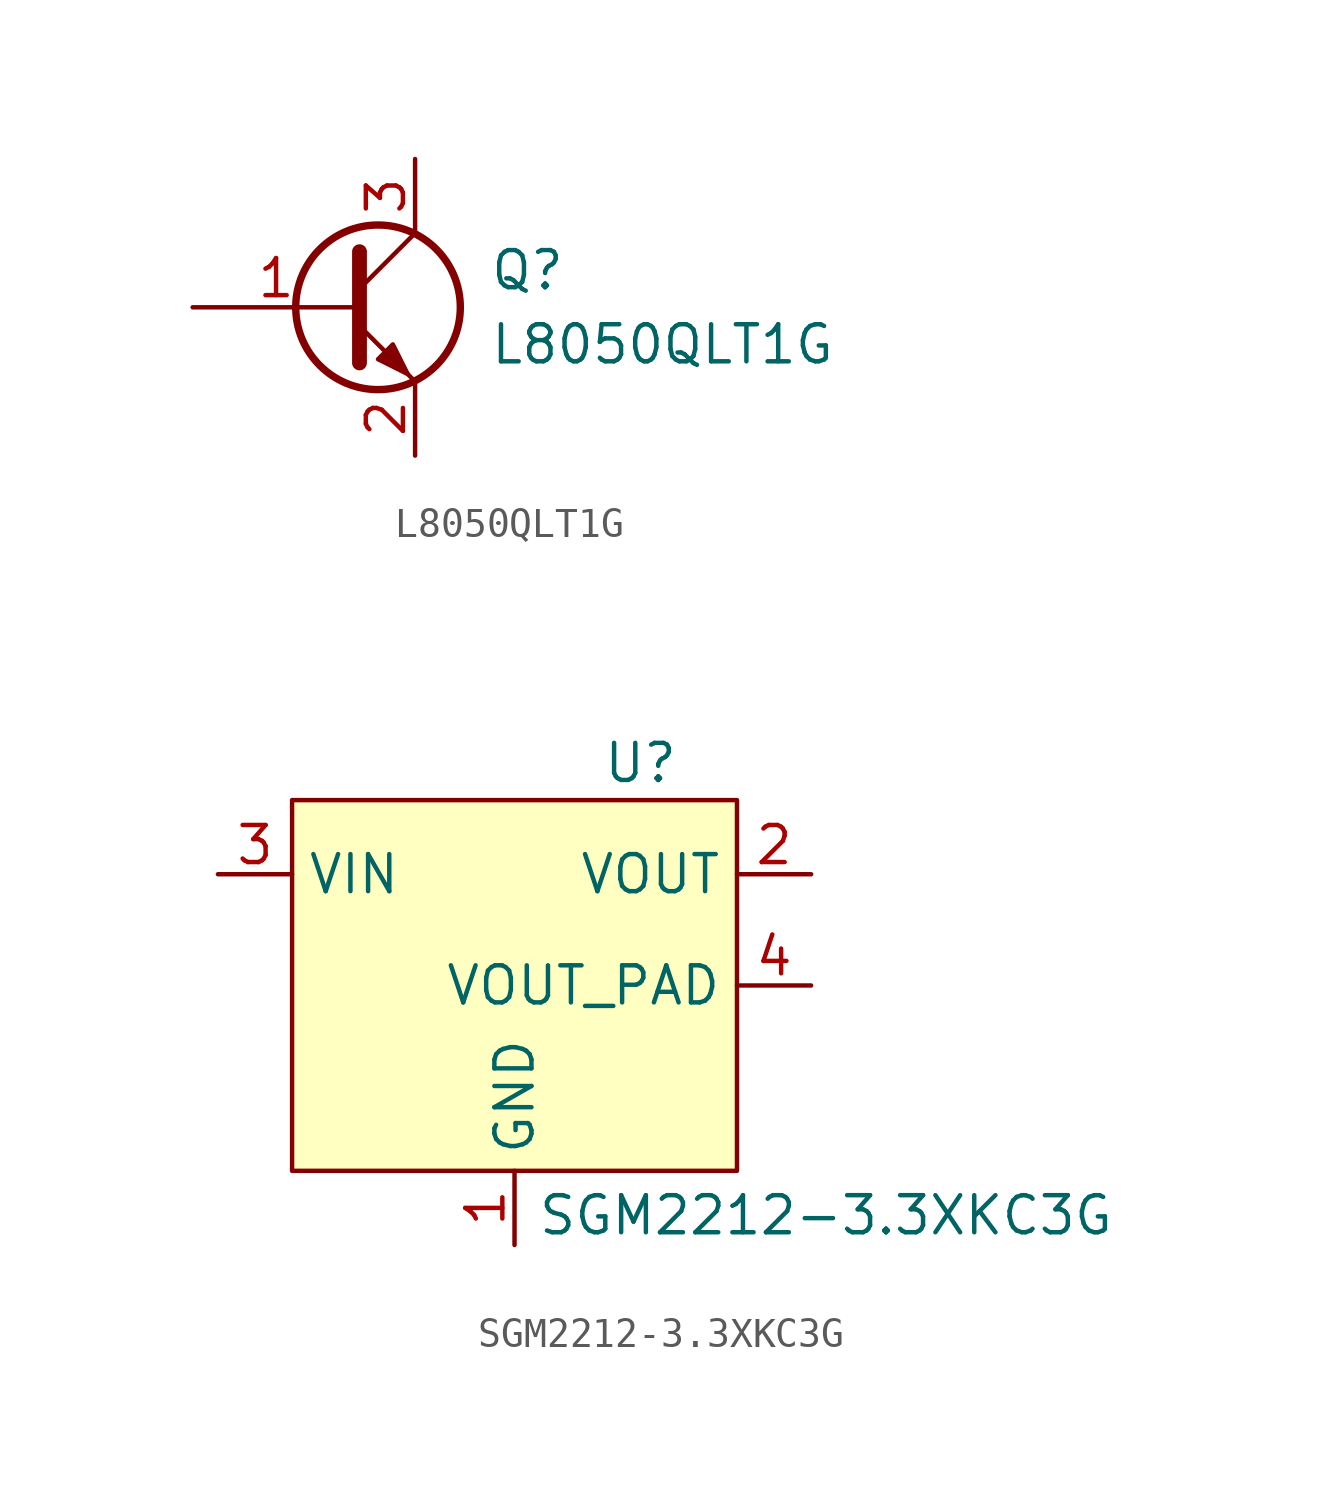
<source format=kicad_sym>
(kicad_symbol_lib
  (version 20231120)
  (generator "kicad_symbol_editor")
  (generator_version "8.0")
  (symbol "L8050QLT1G"
    (pin_names
      (offset 0) hide)
    (property "Reference" "Q"
      (at 5.08 1.27 0)
      (effects (font (size 1.27 1.27)) (justify left)))
    (property "Value" "L8050QLT1G"
      (at 5.08 -1.27 0)
      (effects (font (size 1.27 1.27)) (justify left)))
    (symbol "L8050QLT1G_0_1"
      (polyline (pts (xy 0.635 0.635) (xy 2.54 2.54)) (stroke (width 0) (type default)) (fill (type none)))
      (polyline (pts (xy 0.635 -0.635) (xy 2.54 -2.54) (xy 2.54 -2.54)) (stroke (width 0) (type default)) (fill (type none)))
      (polyline (pts (xy 0.635 1.905) (xy 0.635 -1.905) (xy 0.635 -1.905)) (stroke (width 0.508) (type default)) (fill (type none)))
      (polyline (pts (xy 1.27 -1.778) (xy 1.778 -1.27) (xy 2.286 -2.286) (xy 1.27 -1.778) (xy 1.27 -1.778)) (stroke (width 0) (type default)) (fill (type outline)))
      (circle (center 1.27 0) (radius 2.819) (stroke (width 0.254) (type default)) (fill (type none))))
    (symbol "L8050QLT1G_1_1"
      (pin input line (at -5.08 0 0) (length 5.715) (name "B" (effects (font (size 1.27 1.27)))) (number "1" (effects (font (size 1.27 1.27)))))
      (pin passive line (at 2.54 -5.08 90) (length 2.54) (name "E" (effects (font (size 1.27 1.27)))) (number "2" (effects (font (size 1.27 1.27)))))
      (pin passive line (at 2.54 5.08 270) (length 2.54) (name "C" (effects (font (size 1.27 1.27)))) (number "3" (effects (font (size 1.27 1.27)))))))
  (symbol "SGM2212-3.3XKC3G"
    (property "Reference" "U"
      (at 4.318 7.62 0)
      (effects (font (size 1.27 1.27))))
    (property "Value" "SGM2212-3.3XKC3G"
      (at 10.668 -7.874 0)
      (effects (font (size 1.27 1.27))))
    (symbol "SGM2212-3.3XKC3G_1_1"
      (rectangle (start -7.62 6.35) (end 7.62 -6.35) (stroke (width 0) (type default)) (fill (type background)))
      (pin passive line (at 0 -8.89 90) (length 2.54) (name "GND" (effects (font (size 1.27 1.27)))) (number "1" (effects (font (size 1.27 1.27)))))
      (pin power_out line (at 10.16 3.81 180) (length 2.54) (name "VOUT" (effects (font (size 1.27 1.27)))) (number "2" (effects (font (size 1.27 1.27)))))
      (pin power_in line (at -10.16 3.81 0) (length 2.54) (name "VIN" (effects (font (size 1.27 1.27)))) (number "3" (effects (font (size 1.27 1.27)))))
      (pin passive line (at 10.16 0 180) (length 2.54) (name "VOUT_PAD" (effects (font (size 1.27 1.27)))) (number "4" (effects (font (size 1.27 1.27))))))))
</source>
